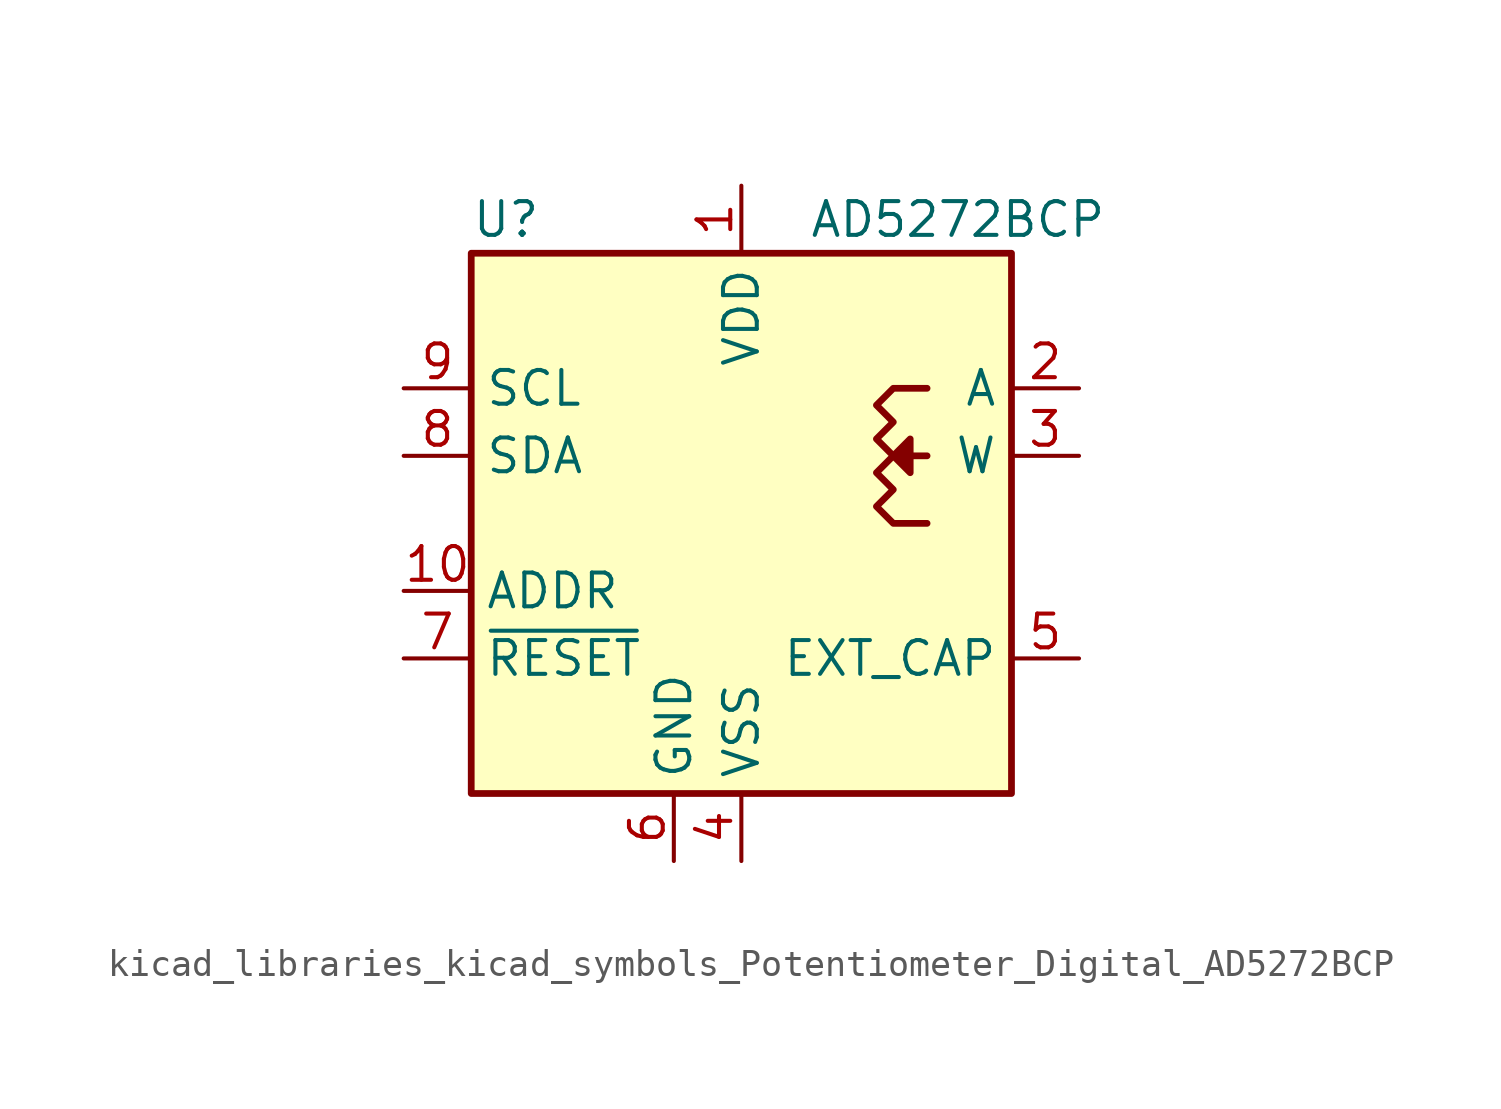
<source format=kicad_sym>
(kicad_symbol_lib
  (version 20220914)
  (generator kicad_symbol_editor)
  (symbol "kicad_libraries_kicad_symbols_Potentiometer_Digital_AD5272BCP"
    (property "Reference" "U"
      (at -10.16 11.43 0)
      (effects (font (size 1.27 1.27)) (justify left)))
    (property "Value" "AD5272BCP"
      (at 2.54 11.43 0)
      (effects (font (size 1.27 1.27)) (justify left)))
    (symbol "kicad_libraries_kicad_symbols_Potentiometer_Digital_AD5272BCP_0_1"
      (rectangle (start -10.16 10.16) (end 10.16 -10.16) (stroke (width 0.254) (type default)) (fill (type background)))
      (polyline (pts (xy 6.985 2.54) (xy 6.35 2.54) (xy 5.715 2.54) (xy 6.35 3.175) (xy 6.35 1.905) (xy 5.715 2.54)) (stroke (width 0.254) (type default)) (fill (type outline)))
      (polyline (pts (xy 6.985 5.08) (xy 5.715 5.08) (xy 5.08 4.445) (xy 5.715 3.81) (xy 5.08 3.175) (xy 5.715 2.54) (xy 5.08 1.905) (xy 5.715 1.27) (xy 5.08 0.635) (xy 5.715 0) (xy 6.985 0)) (stroke (width 0.254) (type default)) (fill (type none))))
    (symbol "kicad_libraries_kicad_symbols_Potentiometer_Digital_AD5272BCP_1_1"
      (pin power_in line (at 0 12.7 270) (length 2.54) (name "VDD" (effects (font (size 1.27 1.27)))) (number "1" (effects (font (size 1.27 1.27)))))
      (pin passive line (at -12.7 -2.54 0) (length 2.54) (name "ADDR" (effects (font (size 1.27 1.27)))) (number "10" (effects (font (size 1.27 1.27)))))
      (pin passive line (at 0 -12.7 90) (length 2.54) hide (name "VSS" (effects (font (size 1.27 1.27)))) (number "11" (effects (font (size 1.27 1.27)))))
      (pin passive line (at 12.7 5.08 180) (length 2.54) (name "A" (effects (font (size 1.27 1.27)))) (number "2" (effects (font (size 1.27 1.27)))))
      (pin passive line (at 12.7 2.54 180) (length 2.54) (name "W" (effects (font (size 1.27 1.27)))) (number "3" (effects (font (size 1.27 1.27)))))
      (pin power_in line (at 0 -12.7 90) (length 2.54) (name "VSS" (effects (font (size 1.27 1.27)))) (number "4" (effects (font (size 1.27 1.27)))))
      (pin passive line (at 12.7 -5.08 180) (length 2.54) (name "EXT_CAP" (effects (font (size 1.27 1.27)))) (number "5" (effects (font (size 1.27 1.27)))))
      (pin power_in line (at -2.54 -12.7 90) (length 2.54) (name "GND" (effects (font (size 1.27 1.27)))) (number "6" (effects (font (size 1.27 1.27)))))
      (pin input line (at -12.7 -5.08 0) (length 2.54) (name "~{RESET}" (effects (font (size 1.27 1.27)))) (number "7" (effects (font (size 1.27 1.27)))))
      (pin bidirectional line (at -12.7 2.54 0) (length 2.54) (name "SDA" (effects (font (size 1.27 1.27)))) (number "8" (effects (font (size 1.27 1.27)))))
      (pin input line (at -12.7 5.08 0) (length 2.54) (name "SCL" (effects (font (size 1.27 1.27)))) (number "9" (effects (font (size 1.27 1.27))))))))
</source>
